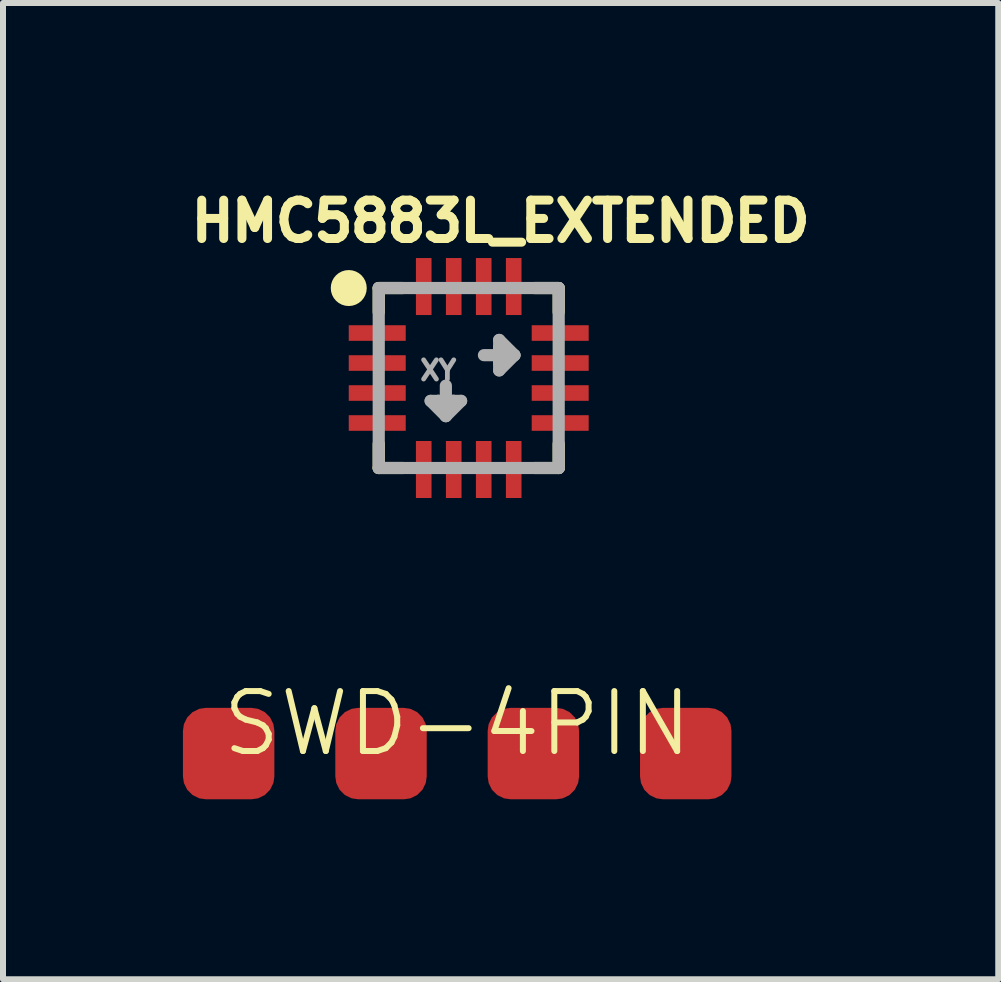
<source format=kicad_pcb>
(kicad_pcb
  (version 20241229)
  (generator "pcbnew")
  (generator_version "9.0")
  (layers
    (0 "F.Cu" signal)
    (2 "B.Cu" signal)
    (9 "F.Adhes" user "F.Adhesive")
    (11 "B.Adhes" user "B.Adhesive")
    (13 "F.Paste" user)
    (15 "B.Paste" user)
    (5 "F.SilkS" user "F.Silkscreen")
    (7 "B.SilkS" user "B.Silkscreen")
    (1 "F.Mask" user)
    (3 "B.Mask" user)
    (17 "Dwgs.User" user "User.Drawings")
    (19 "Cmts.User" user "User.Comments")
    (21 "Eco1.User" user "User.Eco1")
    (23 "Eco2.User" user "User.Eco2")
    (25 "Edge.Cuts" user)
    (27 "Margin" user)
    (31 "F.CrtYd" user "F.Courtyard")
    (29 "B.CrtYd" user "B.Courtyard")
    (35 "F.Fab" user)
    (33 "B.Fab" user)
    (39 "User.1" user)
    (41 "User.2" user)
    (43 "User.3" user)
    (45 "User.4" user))
  (footprint "HMC5883L_EXTENDED"
    (layer "F.Cu")
    (at 4.764 3.252)
    (property "Reference" "HMC5883L_EXTENDED" (at 0.532 -2.614 0) (layer "F.SilkS") (effects (font (size 0.64 0.64) (thickness 0.15))))
    (attr smd)
    (fp_line (start -1.5 -1.5) (end -1.1 -1.5) (stroke (width 0.203) (type solid)) (layer "F.SilkS"))
    (fp_line (start -1.5 -1.1) (end -1.5 -1.5) (stroke (width 0.203) (type solid)) (layer "F.SilkS"))
    (fp_line (start -1.5 1.5) (end -1.5 1.1) (stroke (width 0.203) (type solid)) (layer "F.SilkS"))
    (fp_line (start -1.1 1.5) (end -1.5 1.5) (stroke (width 0.203) (type solid)) (layer "F.SilkS"))
    (fp_line (start 1.1 -1.5) (end 1.5 -1.5) (stroke (width 0.203) (type solid)) (layer "F.SilkS"))
    (fp_line (start 1.5 -1.5) (end 1.5 -1.1) (stroke (width 0.203) (type solid)) (layer "F.SilkS"))
    (fp_line (start 1.5 1.1) (end 1.5 1.5) (stroke (width 0.203) (type solid)) (layer "F.SilkS"))
    (fp_line (start 1.5 1.5) (end 1.1 1.5) (stroke (width 0.203) (type solid)) (layer "F.SilkS"))
    (fp_circle (center -2 -1.5) (end -1.85 -1.5) (stroke (width 0.3) (type solid)) (fill no) (layer "F.SilkS"))
    (fp_line (start -1.5 -1.5) (end 1.5 -1.5) (stroke (width 0.203) (type solid)) (layer "F.Fab"))
    (fp_line (start -1.5 1.5) (end -1.5 -1.5) (stroke (width 0.203) (type solid)) (layer "F.Fab"))
    (fp_line (start -0.635 0.381) (end -0.508 0.381) (stroke (width 0.203) (type solid)) (layer "F.Fab"))
    (fp_line (start -0.508 0.381) (end -0.254 0.381) (stroke (width 0.203) (type solid)) (layer "F.Fab"))
    (fp_line (start -0.381 0.127) (end -0.381 0.508) (stroke (width 0.203) (type solid)) (layer "F.Fab"))
    (fp_line (start -0.381 0.508) (end -0.508 0.381) (stroke (width 0.203) (type solid)) (layer "F.Fab"))
    (fp_line (start -0.381 0.635) (end -0.635 0.381) (stroke (width 0.203) (type solid)) (layer "F.Fab"))
    (fp_line (start -0.381 0.635) (end -0.381 0.508) (stroke (width 0.203) (type solid)) (layer "F.Fab"))
    (fp_line (start -0.254 0.381) (end -0.381 0.508) (stroke (width 0.203) (type solid)) (layer "F.Fab"))
    (fp_line (start -0.254 0.381) (end -0.127 0.381) (stroke (width 0.203) (type solid)) (layer "F.Fab"))
    (fp_line (start -0.127 0.381) (end -0.381 0.635) (stroke (width 0.203) (type solid)) (layer "F.Fab"))
    (fp_line (start 0.254 -0.381) (end 0.635 -0.381) (stroke (width 0.203) (type solid)) (layer "F.Fab"))
    (fp_line (start 0.508 -0.635) (end 0.508 -0.508) (stroke (width 0.203) (type solid)) (layer "F.Fab"))
    (fp_line (start 0.508 -0.508) (end 0.635 -0.381) (stroke (width 0.203) (type solid)) (layer "F.Fab"))
    (fp_line (start 0.508 -0.254) (end 0.508 -0.508) (stroke (width 0.203) (type solid)) (layer "F.Fab"))
    (fp_line (start 0.508 -0.254) (end 0.508 -0.127) (stroke (width 0.203) (type solid)) (layer "F.Fab"))
    (fp_line (start 0.508 -0.127) (end 0.762 -0.381) (stroke (width 0.203) (type solid)) (layer "F.Fab"))
    (fp_line (start 0.635 -0.381) (end 0.508 -0.254) (stroke (width 0.203) (type solid)) (layer "F.Fab"))
    (fp_line (start 0.762 -0.381) (end 0.508 -0.635) (stroke (width 0.203) (type solid)) (layer "F.Fab"))
    (fp_line (start 0.762 -0.381) (end 0.635 -0.381) (stroke (width 0.203) (type solid)) (layer "F.Fab"))
    (fp_line (start 1.5 -1.5) (end 1.5 1.5) (stroke (width 0.203) (type solid)) (layer "F.Fab"))
    (fp_line (start 1.5 1.5) (end -1.5 1.5) (stroke (width 0.203) (type solid)) (layer "F.Fab"))
    (fp_text user "XY" (at -0.508 -0.127 0) (layer "F.Fab") (effects (font (size 0.32 0.32) (thickness 0.08))))
    (pad "1" smd rect (at -1.525 -0.75) (size 0.95 0.26) (layers "F.Cu" "F.Mask" "F.Paste"))
    (pad "2" smd rect (at -1.525 -0.25) (size 0.95 0.26) (layers "F.Cu" "F.Mask" "F.Paste"))
    (pad "3" smd rect (at -1.525 0.25) (size 0.95 0.26) (layers "F.Cu" "F.Mask" "F.Paste"))
    (pad "4" smd rect (at -1.525 0.75) (size 0.95 0.26) (layers "F.Cu" "F.Mask" "F.Paste"))
    (pad "5" smd rect (at -0.75 1.525 90) (size 0.95 0.26) (layers "F.Cu" "F.Mask" "F.Paste"))
    (pad "6" smd rect (at -0.25 1.525 90) (size 0.95 0.26) (layers "F.Cu" "F.Mask" "F.Paste"))
    (pad "7" smd rect (at 0.25 1.525 90) (size 0.95 0.26) (layers "F.Cu" "F.Mask" "F.Paste"))
    (pad "8" smd rect (at 0.75 1.525 90) (size 0.95 0.26) (layers "F.Cu" "F.Mask" "F.Paste"))
    (pad "9" smd rect (at 1.525 0.75 180) (size 0.95 0.26) (layers "F.Cu" "F.Mask" "F.Paste"))
    (pad "10" smd rect (at 1.525 0.25 180) (size 0.95 0.26) (layers "F.Cu" "F.Mask" "F.Paste"))
    (pad "11" smd rect (at 1.525 -0.25 180) (size 0.95 0.26) (layers "F.Cu" "F.Mask" "F.Paste"))
    (pad "12" smd rect (at 1.525 -0.75 180) (size 0.95 0.26) (layers "F.Cu" "F.Mask" "F.Paste"))
    (pad "13" smd rect (at 0.75 -1.525 270) (size 0.95 0.26) (layers "F.Cu" "F.Mask" "F.Paste"))
    (pad "14" smd rect (at 0.25 -1.525 270) (size 0.95 0.26) (layers "F.Cu" "F.Mask" "F.Paste"))
    (pad "15" smd rect (at -0.25 -1.525 270) (size 0.95 0.26) (layers "F.Cu" "F.Mask" "F.Paste"))
    (pad "16" smd rect (at -0.75 -1.525 270) (size 0.95 0.26) (layers "F.Cu" "F.Mask" "F.Paste")))
  (footprint "SWD-4PIN"
    (layer "F.Cu")
    (at 4.572 9.513)
    (property "Reference" "SWD-4PIN" (at 0 -0.5 0) (unlocked yes) (layer "F.SilkS") (effects (font (size 1 1) (thickness 0.1))))
    (pad "1" connect roundrect (at -3.81 0) (size 1.524 1.524) (layers "F.Cu" "F.Mask") (roundrect_rratio 0.25))
    (pad "2" connect roundrect (at -1.27 0) (size 1.524 1.524) (layers "F.Cu" "F.Mask") (roundrect_rratio 0.25))
    (pad "3" connect roundrect (at 1.27 0) (size 1.524 1.524) (layers "F.Cu" "F.Mask") (roundrect_rratio 0.25))
    (pad "4" connect roundrect (at 3.81 0) (size 1.524 1.524) (layers "F.Cu" "F.Mask") (roundrect_rratio 0.25)))
  (gr_rect
    (start -3 -3)
    (end 13.592 13.275)
    (stroke (width 0.1) (type default))
    (fill no)
    (layer "Edge.Cuts")))
</source>
